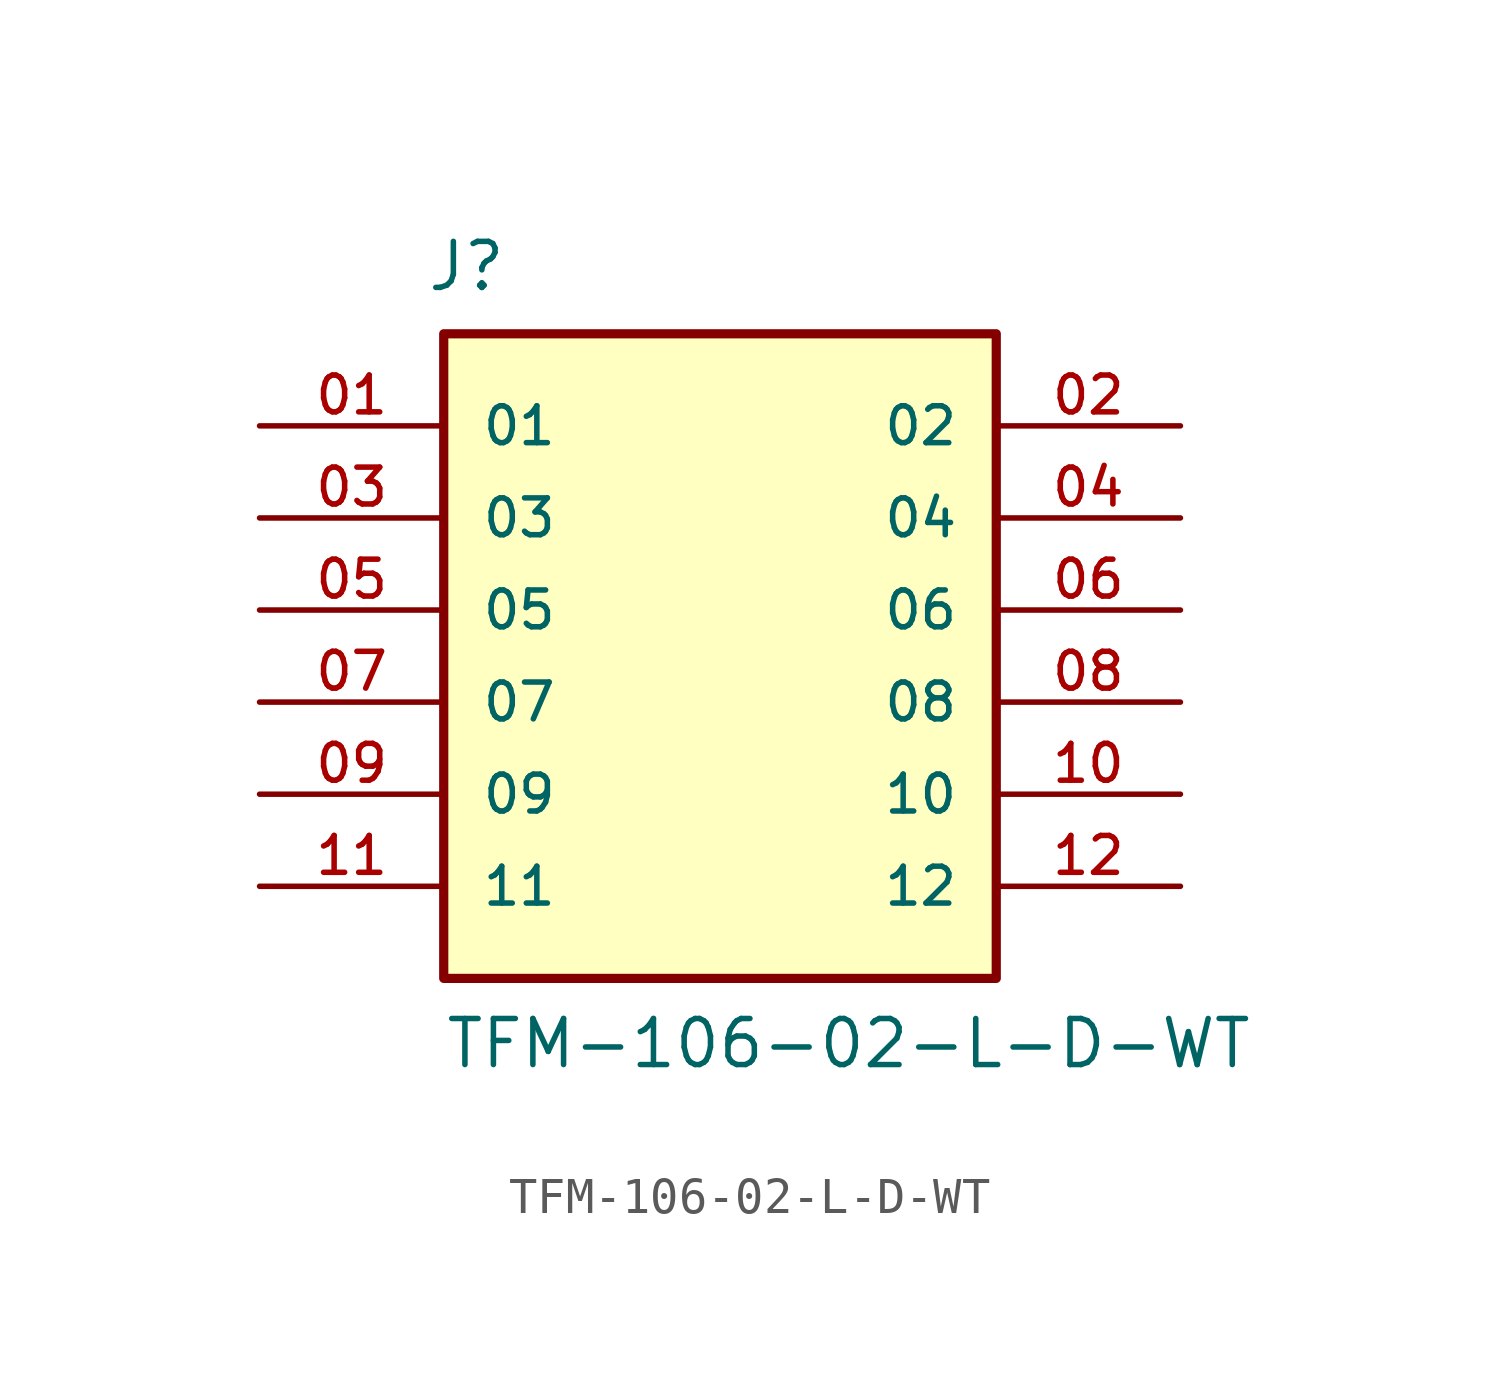
<source format=kicad_sym>
(kicad_symbol_lib
  (version 20211014)
  (generator kicad_symbol_editor)
  (symbol "TFM-106-02-L-D-WT"
    (pin_names
      (offset 1.016))
    (property "Reference" "J"
      (at -8.12 8.736 0)
      (effects (font (size 1.27 1.27)) (justify bottom left)))
    (property "Value" "TFM-106-02-L-D-WT"
      (at -7.62 -12.7 0)
      (effects (font (size 1.27 1.27)) (justify bottom left)))
    (symbol "TFM-106-02-L-D-WT_0_0"
      (rectangle (start -7.62 -10.16) (end 7.62 7.62) (stroke (width 0.254)) (fill (type background)))
      (pin passive line (at -12.7 5.08 0) (length 5.08) (name "01" (effects (font (size 1.016 1.016)))) (number "01" (effects (font (size 1.016 1.016)))))
      (pin passive line (at 12.7 5.08 180.0) (length 5.08) (name "02" (effects (font (size 1.016 1.016)))) (number "02" (effects (font (size 1.016 1.016)))))
      (pin passive line (at -12.7 2.54 0) (length 5.08) (name "03" (effects (font (size 1.016 1.016)))) (number "03" (effects (font (size 1.016 1.016)))))
      (pin passive line (at 12.7 2.54 180.0) (length 5.08) (name "04" (effects (font (size 1.016 1.016)))) (number "04" (effects (font (size 1.016 1.016)))))
      (pin passive line (at -12.7 0.0 0) (length 5.08) (name "05" (effects (font (size 1.016 1.016)))) (number "05" (effects (font (size 1.016 1.016)))))
      (pin passive line (at 12.7 0.0 180.0) (length 5.08) (name "06" (effects (font (size 1.016 1.016)))) (number "06" (effects (font (size 1.016 1.016)))))
      (pin passive line (at -12.7 -2.54 0) (length 5.08) (name "07" (effects (font (size 1.016 1.016)))) (number "07" (effects (font (size 1.016 1.016)))))
      (pin passive line (at 12.7 -2.54 180.0) (length 5.08) (name "08" (effects (font (size 1.016 1.016)))) (number "08" (effects (font (size 1.016 1.016)))))
      (pin passive line (at -12.7 -5.08 0) (length 5.08) (name "09" (effects (font (size 1.016 1.016)))) (number "09" (effects (font (size 1.016 1.016)))))
      (pin passive line (at 12.7 -5.08 180.0) (length 5.08) (name "10" (effects (font (size 1.016 1.016)))) (number "10" (effects (font (size 1.016 1.016)))))
      (pin passive line (at -12.7 -7.62 0) (length 5.08) (name "11" (effects (font (size 1.016 1.016)))) (number "11" (effects (font (size 1.016 1.016)))))
      (pin passive line (at 12.7 -7.62 180.0) (length 5.08) (name "12" (effects (font (size 1.016 1.016)))) (number "12" (effects (font (size 1.016 1.016))))))))
</source>
